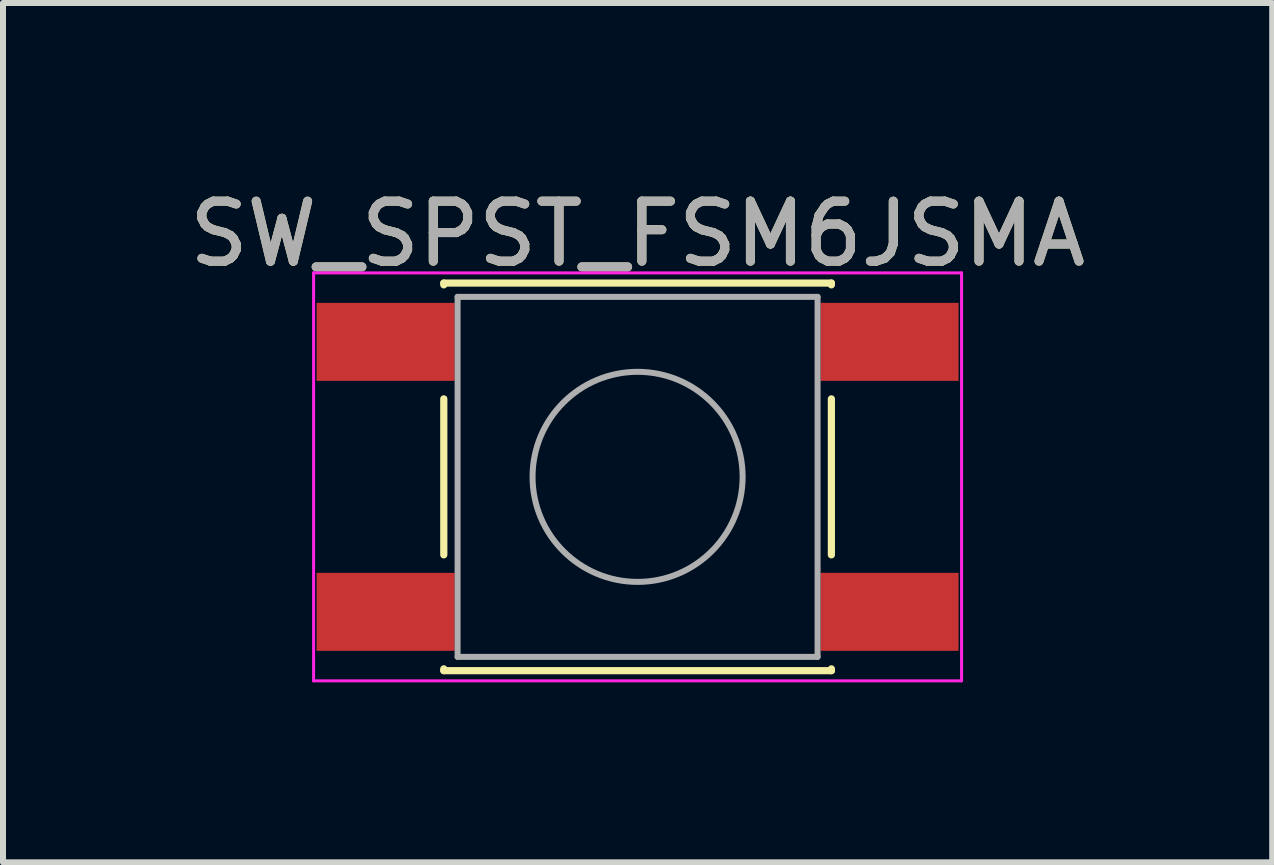
<source format=kicad_pcb>
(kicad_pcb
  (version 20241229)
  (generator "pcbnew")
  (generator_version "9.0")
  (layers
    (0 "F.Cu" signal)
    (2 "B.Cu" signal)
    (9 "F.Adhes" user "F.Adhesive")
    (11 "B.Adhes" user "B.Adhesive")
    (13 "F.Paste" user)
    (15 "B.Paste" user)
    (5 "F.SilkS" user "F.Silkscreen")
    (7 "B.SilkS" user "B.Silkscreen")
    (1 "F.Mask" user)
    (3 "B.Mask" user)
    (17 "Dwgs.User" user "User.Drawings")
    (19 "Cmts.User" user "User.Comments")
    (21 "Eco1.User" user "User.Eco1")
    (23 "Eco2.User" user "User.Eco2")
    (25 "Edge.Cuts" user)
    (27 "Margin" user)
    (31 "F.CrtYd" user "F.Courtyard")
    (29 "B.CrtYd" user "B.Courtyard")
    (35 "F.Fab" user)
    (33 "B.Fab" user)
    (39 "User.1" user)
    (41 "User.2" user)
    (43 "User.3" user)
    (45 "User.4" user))
  (footprint "SW_SPST_FSM6JSMA"
    (layer "F.Cu")
    (at 7.577 4.898)
    (property "Reference" "SW_SPST_FSM6JSMA" (at 0 -4.05 0) (layer "F.SilkS") (effects (font (size 1 1) (thickness 0.15))))
    (attr smd)
    (fp_line (start -3.23 -3.23) (end 3.23 -3.23) (stroke (width 0.12) (type solid)) (layer "F.SilkS"))
    (fp_line (start -3.23 -3.2) (end -3.23 -3.23) (stroke (width 0.12) (type solid)) (layer "F.SilkS"))
    (fp_line (start -3.23 -1.3) (end -3.23 1.3) (stroke (width 0.12) (type solid)) (layer "F.SilkS"))
    (fp_line (start -3.23 3.23) (end -3.23 3.2) (stroke (width 0.12) (type solid)) (layer "F.SilkS"))
    (fp_line (start -3.23 3.23) (end 3.23 3.23) (stroke (width 0.12) (type solid)) (layer "F.SilkS"))
    (fp_line (start 3.23 -3.23) (end 3.23 -3.2) (stroke (width 0.12) (type solid)) (layer "F.SilkS"))
    (fp_line (start 3.23 -1.3) (end 3.23 1.3) (stroke (width 0.12) (type solid)) (layer "F.SilkS"))
    (fp_line (start 3.23 3.23) (end 3.23 3.2) (stroke (width 0.12) (type solid)) (layer "F.SilkS"))
    (fp_line (start -5.4 -3.4) (end -5.4 3.4) (stroke (width 0.05) (type solid)) (layer "F.CrtYd"))
    (fp_line (start -5.4 -3.4) (end 5.4 -3.4) (stroke (width 0.05) (type solid)) (layer "F.CrtYd"))
    (fp_line (start -5.4 3.4) (end 5.4 3.4) (stroke (width 0.05) (type solid)) (layer "F.CrtYd"))
    (fp_line (start 5.4 3.4) (end 5.4 -3.4) (stroke (width 0.05) (type solid)) (layer "F.CrtYd"))
    (fp_line (start -3 -3) (end -3 3) (stroke (width 0.1) (type solid)) (layer "F.Fab"))
    (fp_line (start -3 3) (end 3 3) (stroke (width 0.1) (type solid)) (layer "F.Fab"))
    (fp_line (start 3 -3) (end -3 -3) (stroke (width 0.1) (type solid)) (layer "F.Fab"))
    (fp_line (start 3 3) (end 3 -3) (stroke (width 0.1) (type solid)) (layer "F.Fab"))
    (fp_circle (center 0 0) (end 1.75 -0.05) (stroke (width 0.1) (type solid)) (fill no) (layer "F.Fab"))
    (fp_text user "${REFERENCE}" (at 0 -4.05 0) (layer "F.Fab") (effects (font (size 1 1) (thickness 0.15))))
    (pad "1" smd rect (at -4.2 -2.25) (size 2.3 1.3) (layers "F.Cu" "F.Mask" "F.Paste"))
    (pad "1" smd rect (at 4.2 -2.25) (size 2.3 1.3) (layers "F.Cu" "F.Mask" "F.Paste"))
    (pad "2" smd rect (at -4.2 2.25) (size 2.3 1.3) (layers "F.Cu" "F.Mask" "F.Paste"))
    (pad "2" smd rect (at 4.2 2.25) (size 2.3 1.3) (layers "F.Cu" "F.Mask" "F.Paste")))
  (gr_rect
    (start -3 -3)
    (end 18.155 11.323)
    (stroke (width 0.1) (type default))
    (fill no)
    (layer "Edge.Cuts")))
</source>
